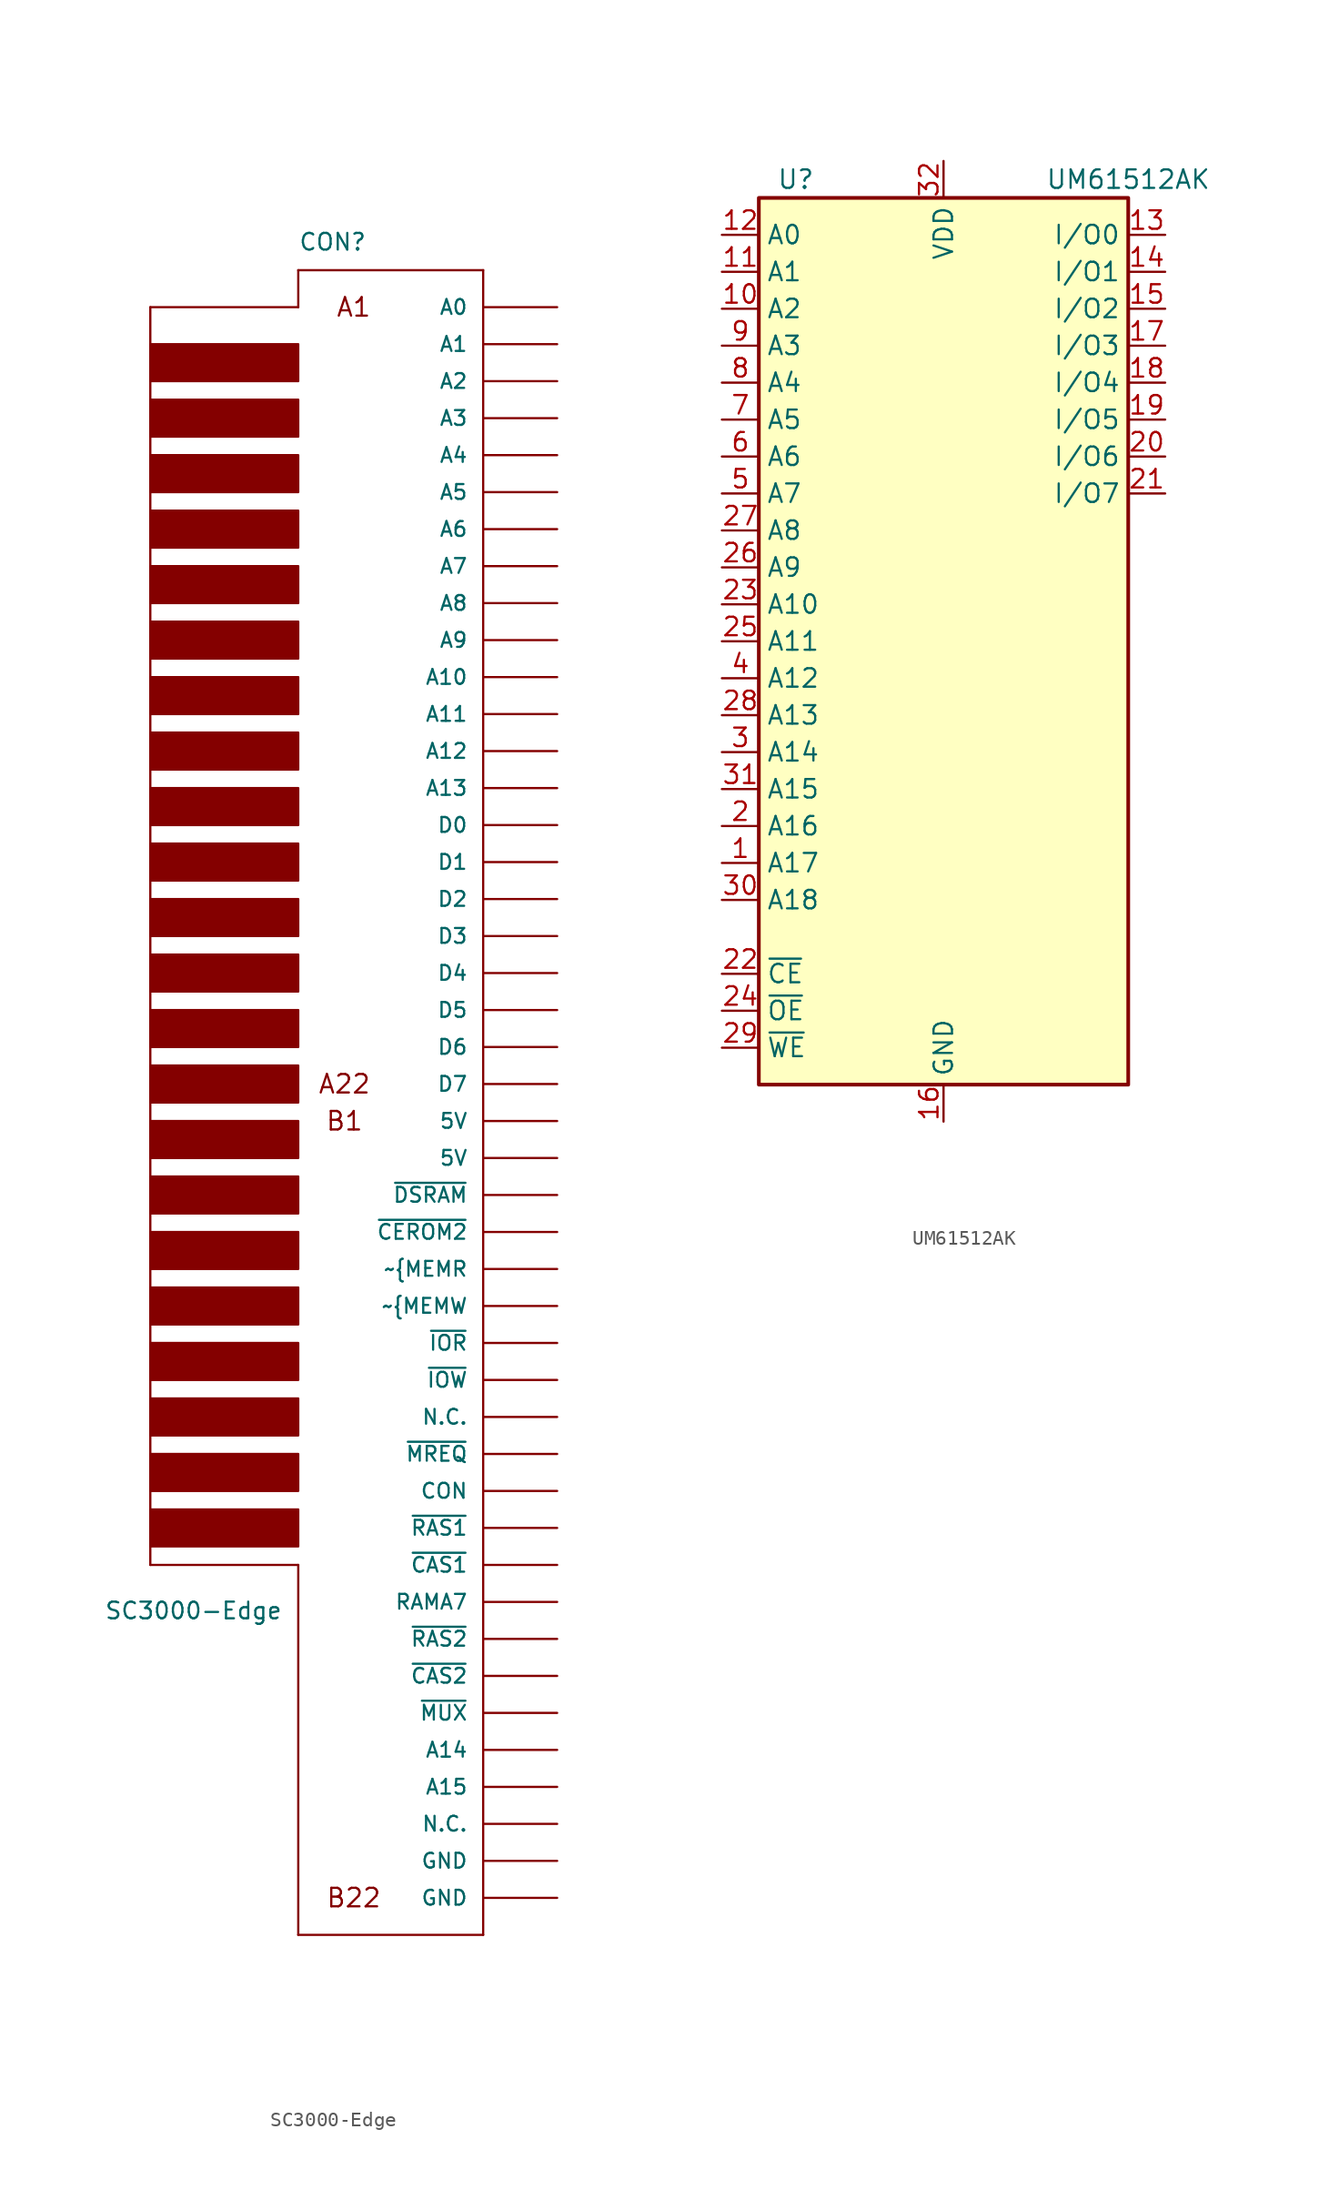
<source format=kicad_sym>
(kicad_symbol_lib
  (version 20211014)
  (generator kicad_symbol_editor)
  (symbol "SC3000-Edge"
    (pin_numbers hide)
    (pin_names
      (offset 1.016))
    (property "Reference" "CON"
      (at -15.24 67.31 0)
      (effects (font (size 1.143 1.143)) (justify left bottom)))
    (property "Value" "SC3000-Edge"
      (at -28.575 -26.67 0)
      (effects (font (size 1.143 1.143)) (justify left bottom)))
    (symbol "SC3000-Edge_0_0"
      (text "A1" (at -11.43 63.5 0) (effects (font (size 1.27 1.27))))
      (text "A22" (at -12.065 10.16 0) (effects (font (size 1.27 1.27))))
      (text "B1" (at -12.065 7.62 0) (effects (font (size 1.27 1.27))))
      (text "B22" (at -11.43 -45.72 0) (effects (font (size 1.27 1.27)))))
    (symbol "SC3000-Edge_1_0"
      (polyline (pts (xy -25.4 -22.86) (xy -15.24 -22.86)) (stroke (width 0) (type default) (color 0 0 0 0)) (fill (type none)))
      (polyline (pts (xy -25.4 63.5) (xy -25.4 -22.86)) (stroke (width 0) (type default) (color 0 0 0 0)) (fill (type none)))
      (polyline (pts (xy -15.24 -48.26) (xy -2.54 -48.26)) (stroke (width 0) (type default) (color 0 0 0 0)) (fill (type none)))
      (polyline (pts (xy -15.24 -22.86) (xy -15.24 -48.26)) (stroke (width 0) (type default) (color 0 0 0 0)) (fill (type none)))
      (polyline (pts (xy -15.24 63.5) (xy -25.4 63.5)) (stroke (width 0) (type default) (color 0 0 0 0)) (fill (type none)))
      (polyline (pts (xy -15.24 66.04) (xy -15.24 63.5)) (stroke (width 0) (type default) (color 0 0 0 0)) (fill (type none)))
      (polyline (pts (xy -2.54 66.04) (xy -15.24 66.04)) (stroke (width 0) (type default) (color 0 0 0 0)) (fill (type none)))
      (polyline (pts (xy -2.54 66.04) (xy -2.54 -48.26)) (stroke (width 0) (type default) (color 0 0 0 0)) (fill (type none))))
    (symbol "SC3000-Edge_1_1"
      (rectangle (start -25.4 -21.59) (end -15.24 -19.05) (stroke (width 0) (type default) (color 0 0 0 0)) (fill (type outline)))
      (rectangle (start -25.4 -17.78) (end -15.24 -15.24) (stroke (width 0) (type default) (color 0 0 0 0)) (fill (type outline)))
      (rectangle (start -25.4 -13.97) (end -15.24 -11.43) (stroke (width 0) (type default) (color 0 0 0 0)) (fill (type outline)))
      (rectangle (start -25.4 -10.16) (end -15.24 -7.62) (stroke (width 0) (type default) (color 0 0 0 0)) (fill (type outline)))
      (rectangle (start -25.4 -6.35) (end -15.24 -3.81) (stroke (width 0) (type default) (color 0 0 0 0)) (fill (type outline)))
      (rectangle (start -25.4 -2.54) (end -15.24 0) (stroke (width 0) (type default) (color 0 0 0 0)) (fill (type outline)))
      (rectangle (start -25.4 1.27) (end -15.24 3.81) (stroke (width 0) (type default) (color 0 0 0 0)) (fill (type outline)))
      (rectangle (start -25.4 5.08) (end -15.24 7.62) (stroke (width 0) (type default) (color 0 0 0 0)) (fill (type outline)))
      (rectangle (start -25.4 8.89) (end -15.24 11.43) (stroke (width 0) (type default) (color 0 0 0 0)) (fill (type outline)))
      (rectangle (start -25.4 12.7) (end -15.24 15.24) (stroke (width 0) (type default) (color 0 0 0 0)) (fill (type outline)))
      (rectangle (start -25.4 16.51) (end -15.24 19.05) (stroke (width 0) (type default) (color 0 0 0 0)) (fill (type outline)))
      (rectangle (start -25.4 20.32) (end -15.24 22.86) (stroke (width 0) (type default) (color 0 0 0 0)) (fill (type outline)))
      (rectangle (start -25.4 24.13) (end -15.24 26.67) (stroke (width 0) (type default) (color 0 0 0 0)) (fill (type outline)))
      (rectangle (start -25.4 27.94) (end -15.24 30.48) (stroke (width 0) (type default) (color 0 0 0 0)) (fill (type outline)))
      (rectangle (start -25.4 31.75) (end -15.24 34.29) (stroke (width 0) (type default) (color 0 0 0 0)) (fill (type outline)))
      (rectangle (start -25.4 35.56) (end -15.24 38.1) (stroke (width 0) (type default) (color 0 0 0 0)) (fill (type outline)))
      (rectangle (start -25.4 39.37) (end -15.24 41.91) (stroke (width 0) (type default) (color 0 0 0 0)) (fill (type outline)))
      (rectangle (start -25.4 43.18) (end -15.24 45.72) (stroke (width 0) (type default) (color 0 0 0 0)) (fill (type outline)))
      (rectangle (start -25.4 46.99) (end -15.24 49.53) (stroke (width 0) (type default) (color 0 0 0 0)) (fill (type outline)))
      (rectangle (start -25.4 50.8) (end -15.24 53.34) (stroke (width 0) (type default) (color 0 0 0 0)) (fill (type outline)))
      (rectangle (start -25.4 54.61) (end -15.24 57.15) (stroke (width 0) (type default) (color 0 0 0 0)) (fill (type outline)))
      (rectangle (start -25.4 58.42) (end -15.24 60.96) (stroke (width 0) (type default) (color 0 0 0 0)) (fill (type outline)))
      (pin bidirectional line (at 2.54 63.5 180) (length 5.08) (name "A0" (effects (font (size 1.016 1.016)))) (number "A1" (effects (font (size 1.016 1.016)))))
      (pin bidirectional line (at 2.54 40.64 180) (length 5.08) (name "A9" (effects (font (size 1.016 1.016)))) (number "A10" (effects (font (size 1.016 1.016)))))
      (pin bidirectional line (at 2.54 38.1 180) (length 5.08) (name "A10" (effects (font (size 1.016 1.016)))) (number "A11" (effects (font (size 1.016 1.016)))))
      (pin bidirectional line (at 2.54 35.56 180) (length 5.08) (name "A11" (effects (font (size 1.016 1.016)))) (number "A12" (effects (font (size 1.016 1.016)))))
      (pin bidirectional line (at 2.54 33.02 180) (length 5.08) (name "A12" (effects (font (size 1.016 1.016)))) (number "A13" (effects (font (size 1.016 1.016)))))
      (pin bidirectional line (at 2.54 30.48 180) (length 5.08) (name "A13" (effects (font (size 1.016 1.016)))) (number "A14" (effects (font (size 1.016 1.016)))))
      (pin bidirectional line (at 2.54 27.94 180) (length 5.08) (name "D0" (effects (font (size 1.016 1.016)))) (number "A15" (effects (font (size 1.016 1.016)))))
      (pin bidirectional line (at 2.54 25.4 180) (length 5.08) (name "D1" (effects (font (size 1.016 1.016)))) (number "A16" (effects (font (size 1.016 1.016)))))
      (pin bidirectional line (at 2.54 22.86 180) (length 5.08) (name "D2" (effects (font (size 1.016 1.016)))) (number "A17" (effects (font (size 1.016 1.016)))))
      (pin bidirectional line (at 2.54 20.32 180) (length 5.08) (name "D3" (effects (font (size 1.016 1.016)))) (number "A18" (effects (font (size 1.016 1.016)))))
      (pin bidirectional line (at 2.54 17.78 180) (length 5.08) (name "D4" (effects (font (size 1.016 1.016)))) (number "A19" (effects (font (size 1.016 1.016)))))
      (pin bidirectional line (at 2.54 60.96 180) (length 5.08) (name "A1" (effects (font (size 1.016 1.016)))) (number "A2" (effects (font (size 1.016 1.016)))))
      (pin bidirectional line (at 2.54 15.24 180) (length 5.08) (name "D5" (effects (font (size 1.016 1.016)))) (number "A20" (effects (font (size 1.016 1.016)))))
      (pin bidirectional line (at 2.54 12.7 180) (length 5.08) (name "D6" (effects (font (size 1.016 1.016)))) (number "A21" (effects (font (size 1.016 1.016)))))
      (pin bidirectional line (at 2.54 10.16 180) (length 5.08) (name "D7" (effects (font (size 1.016 1.016)))) (number "A22" (effects (font (size 1.016 1.016)))))
      (pin bidirectional line (at 2.54 58.42 180) (length 5.08) (name "A2" (effects (font (size 1.016 1.016)))) (number "A3" (effects (font (size 1.016 1.016)))))
      (pin bidirectional line (at 2.54 55.88 180) (length 5.08) (name "A3" (effects (font (size 1.016 1.016)))) (number "A4" (effects (font (size 1.016 1.016)))))
      (pin bidirectional line (at 2.54 53.34 180) (length 5.08) (name "A4" (effects (font (size 1.016 1.016)))) (number "A5" (effects (font (size 1.016 1.016)))))
      (pin bidirectional line (at 2.54 50.8 180) (length 5.08) (name "A5" (effects (font (size 1.016 1.016)))) (number "A6" (effects (font (size 1.016 1.016)))))
      (pin bidirectional line (at 2.54 48.26 180) (length 5.08) (name "A6" (effects (font (size 1.016 1.016)))) (number "A7" (effects (font (size 1.016 1.016)))))
      (pin bidirectional line (at 2.54 45.72 180) (length 5.08) (name "A7" (effects (font (size 1.016 1.016)))) (number "A8" (effects (font (size 1.016 1.016)))))
      (pin bidirectional line (at 2.54 43.18 180) (length 5.08) (name "A8" (effects (font (size 1.016 1.016)))) (number "A9" (effects (font (size 1.016 1.016)))))
      (pin power_in line (at 2.54 7.62 180) (length 5.08) (name "5V" (effects (font (size 1.016 1.016)))) (number "B1" (effects (font (size 1.016 1.016)))))
      (pin bidirectional line (at 2.54 -15.24 180) (length 5.08) (name "~{MREQ}" (effects (font (size 1.016 1.016)))) (number "B10" (effects (font (size 1.016 1.016)))))
      (pin bidirectional line (at 2.54 -17.78 180) (length 5.08) (name "CON" (effects (font (size 1.016 1.016)))) (number "B11" (effects (font (size 1.016 1.016)))))
      (pin bidirectional line (at 2.54 -20.32 180) (length 5.08) (name "~{RAS1}" (effects (font (size 1.016 1.016)))) (number "B12" (effects (font (size 1.016 1.016)))))
      (pin bidirectional line (at 2.54 -22.86 180) (length 5.08) (name "~{CAS1}" (effects (font (size 1.016 1.016)))) (number "B13" (effects (font (size 1.016 1.016)))))
      (pin bidirectional line (at 2.54 -25.4 180) (length 5.08) (name "RAMA7" (effects (font (size 1.016 1.016)))) (number "B14" (effects (font (size 1.016 1.016)))))
      (pin bidirectional line (at 2.54 -27.94 180) (length 5.08) (name "~{RAS2}" (effects (font (size 1.016 1.016)))) (number "B15" (effects (font (size 1.016 1.016)))))
      (pin bidirectional line (at 2.54 -30.48 180) (length 5.08) (name "~{CAS2}" (effects (font (size 1.016 1.016)))) (number "B16" (effects (font (size 1.016 1.016)))))
      (pin bidirectional line (at 2.54 -33.02 180) (length 5.08) (name "~{MUX}" (effects (font (size 1.016 1.016)))) (number "B17" (effects (font (size 1.016 1.016)))))
      (pin bidirectional line (at 2.54 -35.56 180) (length 5.08) (name "A14" (effects (font (size 1.016 1.016)))) (number "B18" (effects (font (size 1.016 1.016)))))
      (pin bidirectional line (at 2.54 -38.1 180) (length 5.08) (name "A15" (effects (font (size 1.016 1.016)))) (number "B19" (effects (font (size 1.016 1.016)))))
      (pin power_in line (at 2.54 5.08 180) (length 5.08) (name "5V" (effects (font (size 1.016 1.016)))) (number "B2" (effects (font (size 1.016 1.016)))))
      (pin bidirectional line (at 2.54 -40.64 180) (length 5.08) (name "N.C." (effects (font (size 1.016 1.016)))) (number "B20" (effects (font (size 1.016 1.016)))))
      (pin power_in line (at 2.54 -43.18 180) (length 5.08) (name "GND" (effects (font (size 1.016 1.016)))) (number "B21" (effects (font (size 1.016 1.016)))))
      (pin power_in line (at 2.54 -45.72 180) (length 5.08) (name "GND" (effects (font (size 1.016 1.016)))) (number "B22" (effects (font (size 1.016 1.016)))))
      (pin bidirectional line (at 2.54 2.54 180) (length 5.08) (name "~{DSRAM}" (effects (font (size 1.016 1.016)))) (number "B3" (effects (font (size 1.016 1.016)))))
      (pin bidirectional line (at 2.54 0 180) (length 5.08) (name "~{CEROM2}" (effects (font (size 1.016 1.016)))) (number "B4" (effects (font (size 1.016 1.016)))))
      (pin bidirectional line (at 2.54 -2.54 180) (length 5.08) (name "~{MEMR" (effects (font (size 1.016 1.016)))) (number "B5" (effects (font (size 1.016 1.016)))))
      (pin bidirectional line (at 2.54 -5.08 180) (length 5.08) (name "~{MEMW" (effects (font (size 1.016 1.016)))) (number "B6" (effects (font (size 1.016 1.016)))))
      (pin bidirectional line (at 2.54 -7.62 180) (length 5.08) (name "~{IOR}" (effects (font (size 1.016 1.016)))) (number "B7" (effects (font (size 1.016 1.016)))))
      (pin bidirectional line (at 2.54 -10.16 180) (length 5.08) (name "~{IOW}" (effects (font (size 1.016 1.016)))) (number "B8" (effects (font (size 1.016 1.016)))))
      (pin bidirectional line (at 2.54 -12.7 180) (length 5.08) (name "N.C." (effects (font (size 1.016 1.016)))) (number "B9" (effects (font (size 1.016 1.016)))))))
  (symbol "UM61512AK"
    (property "Reference" "U"
      (at -10.16 31.75 0)
      (effects (font (size 1.27 1.27))))
    (property "Value" "UM61512AK"
      (at 12.7 31.75 0)
      (effects (font (size 1.27 1.27))))
    (symbol "UM61512AK_0_1"
      (rectangle (start -12.7 30.48) (end 12.7 -30.48) (stroke (width 0.254) (type default) (color 0 0 0 0)) (fill (type background))))
    (symbol "UM61512AK_1_1"
      (pin input line (at -15.24 -15.24 0) (length 2.54) (name "A17" (effects (font (size 1.27 1.27)))) (number "1" (effects (font (size 1.27 1.27)))))
      (pin input line (at -15.24 22.86 0) (length 2.54) (name "A2" (effects (font (size 1.27 1.27)))) (number "10" (effects (font (size 1.27 1.27)))))
      (pin input line (at -15.24 25.4 0) (length 2.54) (name "A1" (effects (font (size 1.27 1.27)))) (number "11" (effects (font (size 1.27 1.27)))))
      (pin input line (at -15.24 27.94 0) (length 2.54) (name "A0" (effects (font (size 1.27 1.27)))) (number "12" (effects (font (size 1.27 1.27)))))
      (pin bidirectional line (at 15.24 27.94 180) (length 2.54) (name "I/O0" (effects (font (size 1.27 1.27)))) (number "13" (effects (font (size 1.27 1.27)))))
      (pin bidirectional line (at 15.24 25.4 180) (length 2.54) (name "I/O1" (effects (font (size 1.27 1.27)))) (number "14" (effects (font (size 1.27 1.27)))))
      (pin bidirectional line (at 15.24 22.86 180) (length 2.54) (name "I/O2" (effects (font (size 1.27 1.27)))) (number "15" (effects (font (size 1.27 1.27)))))
      (pin power_in line (at 0 -33.02 90) (length 2.54) (name "GND" (effects (font (size 1.27 1.27)))) (number "16" (effects (font (size 1.27 1.27)))))
      (pin bidirectional line (at 15.24 20.32 180) (length 2.54) (name "I/O3" (effects (font (size 1.27 1.27)))) (number "17" (effects (font (size 1.27 1.27)))))
      (pin bidirectional line (at 15.24 17.78 180) (length 2.54) (name "I/O4" (effects (font (size 1.27 1.27)))) (number "18" (effects (font (size 1.27 1.27)))))
      (pin bidirectional line (at 15.24 15.24 180) (length 2.54) (name "I/O5" (effects (font (size 1.27 1.27)))) (number "19" (effects (font (size 1.27 1.27)))))
      (pin input line (at -15.24 -12.7 0) (length 2.54) (name "A16" (effects (font (size 1.27 1.27)))) (number "2" (effects (font (size 1.27 1.27)))))
      (pin bidirectional line (at 15.24 12.7 180) (length 2.54) (name "I/O6" (effects (font (size 1.27 1.27)))) (number "20" (effects (font (size 1.27 1.27)))))
      (pin bidirectional line (at 15.24 10.16 180) (length 2.54) (name "I/O7" (effects (font (size 1.27 1.27)))) (number "21" (effects (font (size 1.27 1.27)))))
      (pin input line (at -15.24 -22.86 0) (length 2.54) (name "~{CE}" (effects (font (size 1.27 1.27)))) (number "22" (effects (font (size 1.27 1.27)))))
      (pin input line (at -15.24 2.54 0) (length 2.54) (name "A10" (effects (font (size 1.27 1.27)))) (number "23" (effects (font (size 1.27 1.27)))))
      (pin input line (at -15.24 -25.4 0) (length 2.54) (name "~{OE}" (effects (font (size 1.27 1.27)))) (number "24" (effects (font (size 1.27 1.27)))))
      (pin input line (at -15.24 0 0) (length 2.54) (name "A11" (effects (font (size 1.27 1.27)))) (number "25" (effects (font (size 1.27 1.27)))))
      (pin input line (at -15.24 5.08 0) (length 2.54) (name "A9" (effects (font (size 1.27 1.27)))) (number "26" (effects (font (size 1.27 1.27)))))
      (pin input line (at -15.24 7.62 0) (length 2.54) (name "A8" (effects (font (size 1.27 1.27)))) (number "27" (effects (font (size 1.27 1.27)))))
      (pin input line (at -15.24 -5.08 0) (length 2.54) (name "A13" (effects (font (size 1.27 1.27)))) (number "28" (effects (font (size 1.27 1.27)))))
      (pin input line (at -15.24 -27.94 0) (length 2.54) (name "~{WE}" (effects (font (size 1.27 1.27)))) (number "29" (effects (font (size 1.27 1.27)))))
      (pin input line (at -15.24 -7.62 0) (length 2.54) (name "A14" (effects (font (size 1.27 1.27)))) (number "3" (effects (font (size 1.27 1.27)))))
      (pin input line (at -15.24 -17.78 0) (length 2.54) (name "A18" (effects (font (size 1.27 1.27)))) (number "30" (effects (font (size 1.27 1.27)))))
      (pin input line (at -15.24 -10.16 0) (length 2.54) (name "A15" (effects (font (size 1.27 1.27)))) (number "31" (effects (font (size 1.27 1.27)))))
      (pin power_in line (at 0 33.02 270) (length 2.54) (name "VDD" (effects (font (size 1.27 1.27)))) (number "32" (effects (font (size 1.27 1.27)))))
      (pin input line (at -15.24 -2.54 0) (length 2.54) (name "A12" (effects (font (size 1.27 1.27)))) (number "4" (effects (font (size 1.27 1.27)))))
      (pin input line (at -15.24 10.16 0) (length 2.54) (name "A7" (effects (font (size 1.27 1.27)))) (number "5" (effects (font (size 1.27 1.27)))))
      (pin input line (at -15.24 12.7 0) (length 2.54) (name "A6" (effects (font (size 1.27 1.27)))) (number "6" (effects (font (size 1.27 1.27)))))
      (pin input line (at -15.24 15.24 0) (length 2.54) (name "A5" (effects (font (size 1.27 1.27)))) (number "7" (effects (font (size 1.27 1.27)))))
      (pin input line (at -15.24 17.78 0) (length 2.54) (name "A4" (effects (font (size 1.27 1.27)))) (number "8" (effects (font (size 1.27 1.27)))))
      (pin input line (at -15.24 20.32 0) (length 2.54) (name "A3" (effects (font (size 1.27 1.27)))) (number "9" (effects (font (size 1.27 1.27))))))))
</source>
